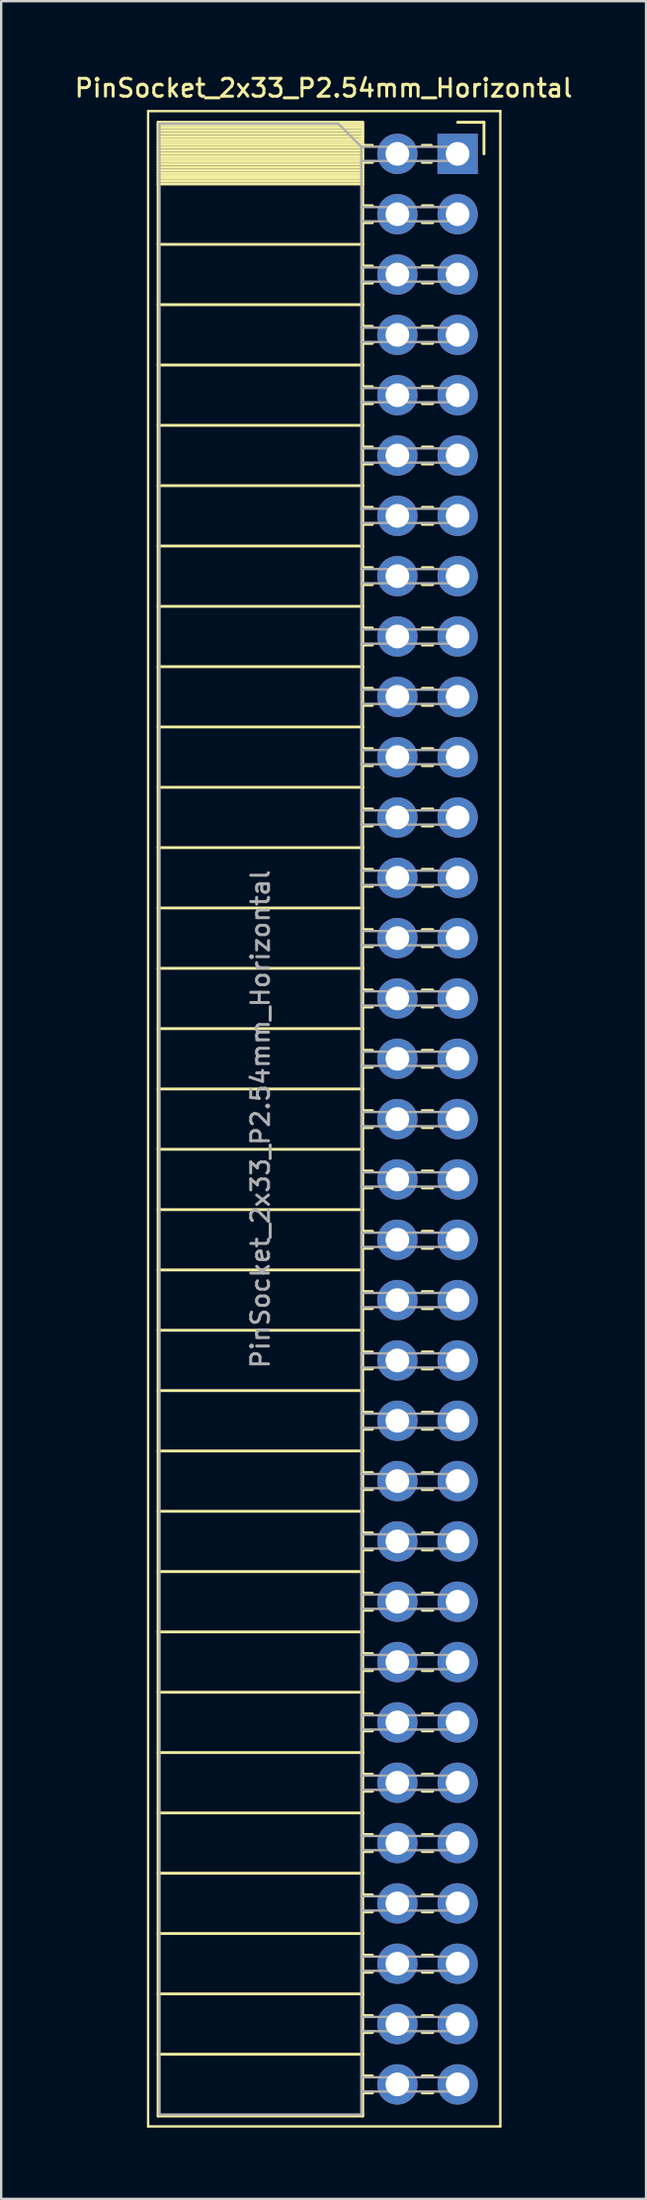
<source format=kicad_pcb>
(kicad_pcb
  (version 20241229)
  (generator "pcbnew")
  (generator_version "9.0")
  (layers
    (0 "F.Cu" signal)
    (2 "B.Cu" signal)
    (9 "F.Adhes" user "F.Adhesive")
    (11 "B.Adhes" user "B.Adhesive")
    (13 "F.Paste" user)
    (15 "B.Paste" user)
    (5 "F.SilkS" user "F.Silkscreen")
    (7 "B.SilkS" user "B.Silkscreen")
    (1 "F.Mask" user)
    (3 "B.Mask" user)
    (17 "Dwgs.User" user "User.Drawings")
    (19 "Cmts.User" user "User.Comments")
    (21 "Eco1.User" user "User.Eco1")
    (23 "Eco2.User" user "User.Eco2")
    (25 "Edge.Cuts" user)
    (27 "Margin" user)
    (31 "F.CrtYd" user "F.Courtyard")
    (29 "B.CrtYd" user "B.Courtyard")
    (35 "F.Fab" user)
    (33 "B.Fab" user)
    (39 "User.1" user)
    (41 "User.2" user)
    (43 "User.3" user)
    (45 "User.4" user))
  (footprint "PinSocket_2x33_P2.54mm_Horizontal"
    (layer "F.Cu")
    (at 16.245 3.428)
    (property "Reference" "PinSocket_2x33_P2.54mm_Horizontal" (at -5.65 -2.77 0) (layer "F.SilkS") (effects (font (size 0.75 0.75) (thickness 0.125))))
    (attr through_hole)
    (fp_line (start -13.05 -1.8) (end -13.05 83.05) (stroke (width 0.1) (type solid)) (layer "F.SilkS"))
    (fp_line (start -13.05 83.05) (end 1.8 83.05) (stroke (width 0.1) (type solid)) (layer "F.SilkS"))
    (fp_line (start -12.63 -1.33) (end -12.63 82.61) (stroke (width 0.12) (type solid)) (layer "F.SilkS"))
    (fp_line (start -12.63 -1.33) (end -4 -1.33) (stroke (width 0.12) (type solid)) (layer "F.SilkS"))
    (fp_line (start -12.63 -1.21) (end -4 -1.21) (stroke (width 0.12) (type solid)) (layer "F.SilkS"))
    (fp_line (start -12.63 -1.092) (end -4 -1.092) (stroke (width 0.12) (type solid)) (layer "F.SilkS"))
    (fp_line (start -12.63 -0.974) (end -4 -0.974) (stroke (width 0.12) (type solid)) (layer "F.SilkS"))
    (fp_line (start -12.63 -0.856) (end -4 -0.856) (stroke (width 0.12) (type solid)) (layer "F.SilkS"))
    (fp_line (start -12.63 -0.738) (end -4 -0.738) (stroke (width 0.12) (type solid)) (layer "F.SilkS"))
    (fp_line (start -12.63 -0.62) (end -4 -0.62) (stroke (width 0.12) (type solid)) (layer "F.SilkS"))
    (fp_line (start -12.63 -0.501) (end -4 -0.501) (stroke (width 0.12) (type solid)) (layer "F.SilkS"))
    (fp_line (start -12.63 -0.383) (end -4 -0.383) (stroke (width 0.12) (type solid)) (layer "F.SilkS"))
    (fp_line (start -12.63 -0.265) (end -4 -0.265) (stroke (width 0.12) (type solid)) (layer "F.SilkS"))
    (fp_line (start -12.63 -0.147) (end -4 -0.147) (stroke (width 0.12) (type solid)) (layer "F.SilkS"))
    (fp_line (start -12.63 -0.029) (end -4 -0.029) (stroke (width 0.12) (type solid)) (layer "F.SilkS"))
    (fp_line (start -12.63 0.089) (end -4 0.089) (stroke (width 0.12) (type solid)) (layer "F.SilkS"))
    (fp_line (start -12.63 0.207) (end -4 0.207) (stroke (width 0.12) (type solid)) (layer "F.SilkS"))
    (fp_line (start -12.63 0.325) (end -4 0.325) (stroke (width 0.12) (type solid)) (layer "F.SilkS"))
    (fp_line (start -12.63 0.443) (end -4 0.443) (stroke (width 0.12) (type solid)) (layer "F.SilkS"))
    (fp_line (start -12.63 0.561) (end -4 0.561) (stroke (width 0.12) (type solid)) (layer "F.SilkS"))
    (fp_line (start -12.63 0.68) (end -4 0.68) (stroke (width 0.12) (type solid)) (layer "F.SilkS"))
    (fp_line (start -12.63 0.798) (end -4 0.798) (stroke (width 0.12) (type solid)) (layer "F.SilkS"))
    (fp_line (start -12.63 0.916) (end -4 0.916) (stroke (width 0.12) (type solid)) (layer "F.SilkS"))
    (fp_line (start -12.63 1.034) (end -4 1.034) (stroke (width 0.12) (type solid)) (layer "F.SilkS"))
    (fp_line (start -12.63 1.152) (end -4 1.152) (stroke (width 0.12) (type solid)) (layer "F.SilkS"))
    (fp_line (start -12.63 1.27) (end -4 1.27) (stroke (width 0.12) (type solid)) (layer "F.SilkS"))
    (fp_line (start -12.63 3.81) (end -4 3.81) (stroke (width 0.12) (type solid)) (layer "F.SilkS"))
    (fp_line (start -12.63 6.35) (end -4 6.35) (stroke (width 0.12) (type solid)) (layer "F.SilkS"))
    (fp_line (start -12.63 8.89) (end -4 8.89) (stroke (width 0.12) (type solid)) (layer "F.SilkS"))
    (fp_line (start -12.63 11.43) (end -4 11.43) (stroke (width 0.12) (type solid)) (layer "F.SilkS"))
    (fp_line (start -12.63 13.97) (end -4 13.97) (stroke (width 0.12) (type solid)) (layer "F.SilkS"))
    (fp_line (start -12.63 16.51) (end -4 16.51) (stroke (width 0.12) (type solid)) (layer "F.SilkS"))
    (fp_line (start -12.63 19.05) (end -4 19.05) (stroke (width 0.12) (type solid)) (layer "F.SilkS"))
    (fp_line (start -12.63 21.59) (end -4 21.59) (stroke (width 0.12) (type solid)) (layer "F.SilkS"))
    (fp_line (start -12.63 24.13) (end -4 24.13) (stroke (width 0.12) (type solid)) (layer "F.SilkS"))
    (fp_line (start -12.63 26.67) (end -4 26.67) (stroke (width 0.12) (type solid)) (layer "F.SilkS"))
    (fp_line (start -12.63 29.21) (end -4 29.21) (stroke (width 0.12) (type solid)) (layer "F.SilkS"))
    (fp_line (start -12.63 31.75) (end -4 31.75) (stroke (width 0.12) (type solid)) (layer "F.SilkS"))
    (fp_line (start -12.63 34.29) (end -4 34.29) (stroke (width 0.12) (type solid)) (layer "F.SilkS"))
    (fp_line (start -12.63 36.83) (end -4 36.83) (stroke (width 0.12) (type solid)) (layer "F.SilkS"))
    (fp_line (start -12.63 39.37) (end -4 39.37) (stroke (width 0.12) (type solid)) (layer "F.SilkS"))
    (fp_line (start -12.63 41.91) (end -4 41.91) (stroke (width 0.12) (type solid)) (layer "F.SilkS"))
    (fp_line (start -12.63 44.45) (end -4 44.45) (stroke (width 0.12) (type solid)) (layer "F.SilkS"))
    (fp_line (start -12.63 46.99) (end -4 46.99) (stroke (width 0.12) (type solid)) (layer "F.SilkS"))
    (fp_line (start -12.63 49.53) (end -4 49.53) (stroke (width 0.12) (type solid)) (layer "F.SilkS"))
    (fp_line (start -12.63 52.07) (end -4 52.07) (stroke (width 0.12) (type solid)) (layer "F.SilkS"))
    (fp_line (start -12.63 54.61) (end -4 54.61) (stroke (width 0.12) (type solid)) (layer "F.SilkS"))
    (fp_line (start -12.63 57.15) (end -4 57.15) (stroke (width 0.12) (type solid)) (layer "F.SilkS"))
    (fp_line (start -12.63 59.69) (end -4 59.69) (stroke (width 0.12) (type solid)) (layer "F.SilkS"))
    (fp_line (start -12.63 62.23) (end -4 62.23) (stroke (width 0.12) (type solid)) (layer "F.SilkS"))
    (fp_line (start -12.63 64.77) (end -4 64.77) (stroke (width 0.12) (type solid)) (layer "F.SilkS"))
    (fp_line (start -12.63 67.31) (end -4 67.31) (stroke (width 0.12) (type solid)) (layer "F.SilkS"))
    (fp_line (start -12.63 69.85) (end -4 69.85) (stroke (width 0.12) (type solid)) (layer "F.SilkS"))
    (fp_line (start -12.63 72.39) (end -4 72.39) (stroke (width 0.12) (type solid)) (layer "F.SilkS"))
    (fp_line (start -12.63 74.93) (end -4 74.93) (stroke (width 0.12) (type solid)) (layer "F.SilkS"))
    (fp_line (start -12.63 77.47) (end -4 77.47) (stroke (width 0.12) (type solid)) (layer "F.SilkS"))
    (fp_line (start -12.63 80.01) (end -4 80.01) (stroke (width 0.12) (type solid)) (layer "F.SilkS"))
    (fp_line (start -12.63 82.61) (end -4 82.61) (stroke (width 0.12) (type solid)) (layer "F.SilkS"))
    (fp_line (start -4 -1.33) (end -4 82.61) (stroke (width 0.12) (type solid)) (layer "F.SilkS"))
    (fp_line (start -4 -0.36) (end -3.59 -0.36) (stroke (width 0.12) (type solid)) (layer "F.SilkS"))
    (fp_line (start -4 0.36) (end -3.59 0.36) (stroke (width 0.12) (type solid)) (layer "F.SilkS"))
    (fp_line (start -4 2.18) (end -3.59 2.18) (stroke (width 0.12) (type solid)) (layer "F.SilkS"))
    (fp_line (start -4 2.9) (end -3.59 2.9) (stroke (width 0.12) (type solid)) (layer "F.SilkS"))
    (fp_line (start -4 4.72) (end -3.59 4.72) (stroke (width 0.12) (type solid)) (layer "F.SilkS"))
    (fp_line (start -4 5.44) (end -3.59 5.44) (stroke (width 0.12) (type solid)) (layer "F.SilkS"))
    (fp_line (start -4 7.26) (end -3.59 7.26) (stroke (width 0.12) (type solid)) (layer "F.SilkS"))
    (fp_line (start -4 7.98) (end -3.59 7.98) (stroke (width 0.12) (type solid)) (layer "F.SilkS"))
    (fp_line (start -4 9.8) (end -3.59 9.8) (stroke (width 0.12) (type solid)) (layer "F.SilkS"))
    (fp_line (start -4 10.52) (end -3.59 10.52) (stroke (width 0.12) (type solid)) (layer "F.SilkS"))
    (fp_line (start -4 12.34) (end -3.59 12.34) (stroke (width 0.12) (type solid)) (layer "F.SilkS"))
    (fp_line (start -4 13.06) (end -3.59 13.06) (stroke (width 0.12) (type solid)) (layer "F.SilkS"))
    (fp_line (start -4 14.88) (end -3.59 14.88) (stroke (width 0.12) (type solid)) (layer "F.SilkS"))
    (fp_line (start -4 15.6) (end -3.59 15.6) (stroke (width 0.12) (type solid)) (layer "F.SilkS"))
    (fp_line (start -4 17.42) (end -3.59 17.42) (stroke (width 0.12) (type solid)) (layer "F.SilkS"))
    (fp_line (start -4 18.14) (end -3.59 18.14) (stroke (width 0.12) (type solid)) (layer "F.SilkS"))
    (fp_line (start -4 19.96) (end -3.59 19.96) (stroke (width 0.12) (type solid)) (layer "F.SilkS"))
    (fp_line (start -4 20.68) (end -3.59 20.68) (stroke (width 0.12) (type solid)) (layer "F.SilkS"))
    (fp_line (start -4 22.5) (end -3.59 22.5) (stroke (width 0.12) (type solid)) (layer "F.SilkS"))
    (fp_line (start -4 23.22) (end -3.59 23.22) (stroke (width 0.12) (type solid)) (layer "F.SilkS"))
    (fp_line (start -4 25.04) (end -3.59 25.04) (stroke (width 0.12) (type solid)) (layer "F.SilkS"))
    (fp_line (start -4 25.76) (end -3.59 25.76) (stroke (width 0.12) (type solid)) (layer "F.SilkS"))
    (fp_line (start -4 27.58) (end -3.59 27.58) (stroke (width 0.12) (type solid)) (layer "F.SilkS"))
    (fp_line (start -4 28.3) (end -3.59 28.3) (stroke (width 0.12) (type solid)) (layer "F.SilkS"))
    (fp_line (start -4 30.12) (end -3.59 30.12) (stroke (width 0.12) (type solid)) (layer "F.SilkS"))
    (fp_line (start -4 30.84) (end -3.59 30.84) (stroke (width 0.12) (type solid)) (layer "F.SilkS"))
    (fp_line (start -4 32.66) (end -3.59 32.66) (stroke (width 0.12) (type solid)) (layer "F.SilkS"))
    (fp_line (start -4 33.38) (end -3.59 33.38) (stroke (width 0.12) (type solid)) (layer "F.SilkS"))
    (fp_line (start -4 35.2) (end -3.59 35.2) (stroke (width 0.12) (type solid)) (layer "F.SilkS"))
    (fp_line (start -4 35.92) (end -3.59 35.92) (stroke (width 0.12) (type solid)) (layer "F.SilkS"))
    (fp_line (start -4 37.74) (end -3.59 37.74) (stroke (width 0.12) (type solid)) (layer "F.SilkS"))
    (fp_line (start -4 38.46) (end -3.59 38.46) (stroke (width 0.12) (type solid)) (layer "F.SilkS"))
    (fp_line (start -4 40.28) (end -3.59 40.28) (stroke (width 0.12) (type solid)) (layer "F.SilkS"))
    (fp_line (start -4 41) (end -3.59 41) (stroke (width 0.12) (type solid)) (layer "F.SilkS"))
    (fp_line (start -4 42.82) (end -3.59 42.82) (stroke (width 0.12) (type solid)) (layer "F.SilkS"))
    (fp_line (start -4 43.54) (end -3.59 43.54) (stroke (width 0.12) (type solid)) (layer "F.SilkS"))
    (fp_line (start -4 45.36) (end -3.59 45.36) (stroke (width 0.12) (type solid)) (layer "F.SilkS"))
    (fp_line (start -4 46.08) (end -3.59 46.08) (stroke (width 0.12) (type solid)) (layer "F.SilkS"))
    (fp_line (start -4 47.9) (end -3.59 47.9) (stroke (width 0.12) (type solid)) (layer "F.SilkS"))
    (fp_line (start -4 48.62) (end -3.59 48.62) (stroke (width 0.12) (type solid)) (layer "F.SilkS"))
    (fp_line (start -4 50.44) (end -3.59 50.44) (stroke (width 0.12) (type solid)) (layer "F.SilkS"))
    (fp_line (start -4 51.16) (end -3.59 51.16) (stroke (width 0.12) (type solid)) (layer "F.SilkS"))
    (fp_line (start -4 52.98) (end -3.59 52.98) (stroke (width 0.12) (type solid)) (layer "F.SilkS"))
    (fp_line (start -4 53.7) (end -3.59 53.7) (stroke (width 0.12) (type solid)) (layer "F.SilkS"))
    (fp_line (start -4 55.52) (end -3.59 55.52) (stroke (width 0.12) (type solid)) (layer "F.SilkS"))
    (fp_line (start -4 56.24) (end -3.59 56.24) (stroke (width 0.12) (type solid)) (layer "F.SilkS"))
    (fp_line (start -4 58.06) (end -3.59 58.06) (stroke (width 0.12) (type solid)) (layer "F.SilkS"))
    (fp_line (start -4 58.78) (end -3.59 58.78) (stroke (width 0.12) (type solid)) (layer "F.SilkS"))
    (fp_line (start -4 60.6) (end -3.59 60.6) (stroke (width 0.12) (type solid)) (layer "F.SilkS"))
    (fp_line (start -4 61.32) (end -3.59 61.32) (stroke (width 0.12) (type solid)) (layer "F.SilkS"))
    (fp_line (start -4 63.14) (end -3.59 63.14) (stroke (width 0.12) (type solid)) (layer "F.SilkS"))
    (fp_line (start -4 63.86) (end -3.59 63.86) (stroke (width 0.12) (type solid)) (layer "F.SilkS"))
    (fp_line (start -4 65.68) (end -3.59 65.68) (stroke (width 0.12) (type solid)) (layer "F.SilkS"))
    (fp_line (start -4 66.4) (end -3.59 66.4) (stroke (width 0.12) (type solid)) (layer "F.SilkS"))
    (fp_line (start -4 68.22) (end -3.59 68.22) (stroke (width 0.12) (type solid)) (layer "F.SilkS"))
    (fp_line (start -4 68.94) (end -3.59 68.94) (stroke (width 0.12) (type solid)) (layer "F.SilkS"))
    (fp_line (start -4 70.76) (end -3.59 70.76) (stroke (width 0.12) (type solid)) (layer "F.SilkS"))
    (fp_line (start -4 71.48) (end -3.59 71.48) (stroke (width 0.12) (type solid)) (layer "F.SilkS"))
    (fp_line (start -4 73.3) (end -3.59 73.3) (stroke (width 0.12) (type solid)) (layer "F.SilkS"))
    (fp_line (start -4 74.02) (end -3.59 74.02) (stroke (width 0.12) (type solid)) (layer "F.SilkS"))
    (fp_line (start -4 75.84) (end -3.59 75.84) (stroke (width 0.12) (type solid)) (layer "F.SilkS"))
    (fp_line (start -4 76.56) (end -3.59 76.56) (stroke (width 0.12) (type solid)) (layer "F.SilkS"))
    (fp_line (start -4 78.38) (end -3.59 78.38) (stroke (width 0.12) (type solid)) (layer "F.SilkS"))
    (fp_line (start -4 79.1) (end -3.59 79.1) (stroke (width 0.12) (type solid)) (layer "F.SilkS"))
    (fp_line (start -4 80.92) (end -3.59 80.92) (stroke (width 0.12) (type solid)) (layer "F.SilkS"))
    (fp_line (start -4 81.64) (end -3.59 81.64) (stroke (width 0.12) (type solid)) (layer "F.SilkS"))
    (fp_line (start -1.49 -0.36) (end -1.11 -0.36) (stroke (width 0.12) (type solid)) (layer "F.SilkS"))
    (fp_line (start -1.49 0.36) (end -1.11 0.36) (stroke (width 0.12) (type solid)) (layer "F.SilkS"))
    (fp_line (start -1.49 2.18) (end -1.05 2.18) (stroke (width 0.12) (type solid)) (layer "F.SilkS"))
    (fp_line (start -1.49 2.9) (end -1.05 2.9) (stroke (width 0.12) (type solid)) (layer "F.SilkS"))
    (fp_line (start -1.49 4.72) (end -1.05 4.72) (stroke (width 0.12) (type solid)) (layer "F.SilkS"))
    (fp_line (start -1.49 5.44) (end -1.05 5.44) (stroke (width 0.12) (type solid)) (layer "F.SilkS"))
    (fp_line (start -1.49 7.26) (end -1.05 7.26) (stroke (width 0.12) (type solid)) (layer "F.SilkS"))
    (fp_line (start -1.49 7.98) (end -1.05 7.98) (stroke (width 0.12) (type solid)) (layer "F.SilkS"))
    (fp_line (start -1.49 9.8) (end -1.05 9.8) (stroke (width 0.12) (type solid)) (layer "F.SilkS"))
    (fp_line (start -1.49 10.52) (end -1.05 10.52) (stroke (width 0.12) (type solid)) (layer "F.SilkS"))
    (fp_line (start -1.49 12.34) (end -1.05 12.34) (stroke (width 0.12) (type solid)) (layer "F.SilkS"))
    (fp_line (start -1.49 13.06) (end -1.05 13.06) (stroke (width 0.12) (type solid)) (layer "F.SilkS"))
    (fp_line (start -1.49 14.88) (end -1.05 14.88) (stroke (width 0.12) (type solid)) (layer "F.SilkS"))
    (fp_line (start -1.49 15.6) (end -1.05 15.6) (stroke (width 0.12) (type solid)) (layer "F.SilkS"))
    (fp_line (start -1.49 17.42) (end -1.05 17.42) (stroke (width 0.12) (type solid)) (layer "F.SilkS"))
    (fp_line (start -1.49 18.14) (end -1.05 18.14) (stroke (width 0.12) (type solid)) (layer "F.SilkS"))
    (fp_line (start -1.49 19.96) (end -1.05 19.96) (stroke (width 0.12) (type solid)) (layer "F.SilkS"))
    (fp_line (start -1.49 20.68) (end -1.05 20.68) (stroke (width 0.12) (type solid)) (layer "F.SilkS"))
    (fp_line (start -1.49 22.5) (end -1.05 22.5) (stroke (width 0.12) (type solid)) (layer "F.SilkS"))
    (fp_line (start -1.49 23.22) (end -1.05 23.22) (stroke (width 0.12) (type solid)) (layer "F.SilkS"))
    (fp_line (start -1.49 25.04) (end -1.05 25.04) (stroke (width 0.12) (type solid)) (layer "F.SilkS"))
    (fp_line (start -1.49 25.76) (end -1.05 25.76) (stroke (width 0.12) (type solid)) (layer "F.SilkS"))
    (fp_line (start -1.49 27.58) (end -1.05 27.58) (stroke (width 0.12) (type solid)) (layer "F.SilkS"))
    (fp_line (start -1.49 28.3) (end -1.05 28.3) (stroke (width 0.12) (type solid)) (layer "F.SilkS"))
    (fp_line (start -1.49 30.12) (end -1.05 30.12) (stroke (width 0.12) (type solid)) (layer "F.SilkS"))
    (fp_line (start -1.49 30.84) (end -1.05 30.84) (stroke (width 0.12) (type solid)) (layer "F.SilkS"))
    (fp_line (start -1.49 32.66) (end -1.05 32.66) (stroke (width 0.12) (type solid)) (layer "F.SilkS"))
    (fp_line (start -1.49 33.38) (end -1.05 33.38) (stroke (width 0.12) (type solid)) (layer "F.SilkS"))
    (fp_line (start -1.49 35.2) (end -1.05 35.2) (stroke (width 0.12) (type solid)) (layer "F.SilkS"))
    (fp_line (start -1.49 35.92) (end -1.05 35.92) (stroke (width 0.12) (type solid)) (layer "F.SilkS"))
    (fp_line (start -1.49 37.74) (end -1.05 37.74) (stroke (width 0.12) (type solid)) (layer "F.SilkS"))
    (fp_line (start -1.49 38.46) (end -1.05 38.46) (stroke (width 0.12) (type solid)) (layer "F.SilkS"))
    (fp_line (start -1.49 40.28) (end -1.05 40.28) (stroke (width 0.12) (type solid)) (layer "F.SilkS"))
    (fp_line (start -1.49 41) (end -1.05 41) (stroke (width 0.12) (type solid)) (layer "F.SilkS"))
    (fp_line (start -1.49 42.82) (end -1.05 42.82) (stroke (width 0.12) (type solid)) (layer "F.SilkS"))
    (fp_line (start -1.49 43.54) (end -1.05 43.54) (stroke (width 0.12) (type solid)) (layer "F.SilkS"))
    (fp_line (start -1.49 45.36) (end -1.05 45.36) (stroke (width 0.12) (type solid)) (layer "F.SilkS"))
    (fp_line (start -1.49 46.08) (end -1.05 46.08) (stroke (width 0.12) (type solid)) (layer "F.SilkS"))
    (fp_line (start -1.49 47.9) (end -1.05 47.9) (stroke (width 0.12) (type solid)) (layer "F.SilkS"))
    (fp_line (start -1.49 48.62) (end -1.05 48.62) (stroke (width 0.12) (type solid)) (layer "F.SilkS"))
    (fp_line (start -1.49 50.44) (end -1.05 50.44) (stroke (width 0.12) (type solid)) (layer "F.SilkS"))
    (fp_line (start -1.49 51.16) (end -1.05 51.16) (stroke (width 0.12) (type solid)) (layer "F.SilkS"))
    (fp_line (start -1.49 52.98) (end -1.05 52.98) (stroke (width 0.12) (type solid)) (layer "F.SilkS"))
    (fp_line (start -1.49 53.7) (end -1.05 53.7) (stroke (width 0.12) (type solid)) (layer "F.SilkS"))
    (fp_line (start -1.49 55.52) (end -1.05 55.52) (stroke (width 0.12) (type solid)) (layer "F.SilkS"))
    (fp_line (start -1.49 56.24) (end -1.05 56.24) (stroke (width 0.12) (type solid)) (layer "F.SilkS"))
    (fp_line (start -1.49 58.06) (end -1.05 58.06) (stroke (width 0.12) (type solid)) (layer "F.SilkS"))
    (fp_line (start -1.49 58.78) (end -1.05 58.78) (stroke (width 0.12) (type solid)) (layer "F.SilkS"))
    (fp_line (start -1.49 60.6) (end -1.05 60.6) (stroke (width 0.12) (type solid)) (layer "F.SilkS"))
    (fp_line (start -1.49 61.32) (end -1.05 61.32) (stroke (width 0.12) (type solid)) (layer "F.SilkS"))
    (fp_line (start -1.49 63.14) (end -1.05 63.14) (stroke (width 0.12) (type solid)) (layer "F.SilkS"))
    (fp_line (start -1.49 63.86) (end -1.05 63.86) (stroke (width 0.12) (type solid)) (layer "F.SilkS"))
    (fp_line (start -1.49 65.68) (end -1.05 65.68) (stroke (width 0.12) (type solid)) (layer "F.SilkS"))
    (fp_line (start -1.49 66.4) (end -1.05 66.4) (stroke (width 0.12) (type solid)) (layer "F.SilkS"))
    (fp_line (start -1.49 68.22) (end -1.05 68.22) (stroke (width 0.12) (type solid)) (layer "F.SilkS"))
    (fp_line (start -1.49 68.94) (end -1.05 68.94) (stroke (width 0.12) (type solid)) (layer "F.SilkS"))
    (fp_line (start -1.49 70.76) (end -1.05 70.76) (stroke (width 0.12) (type solid)) (layer "F.SilkS"))
    (fp_line (start -1.49 71.48) (end -1.05 71.48) (stroke (width 0.12) (type solid)) (layer "F.SilkS"))
    (fp_line (start -1.49 73.3) (end -1.05 73.3) (stroke (width 0.12) (type solid)) (layer "F.SilkS"))
    (fp_line (start -1.49 74.02) (end -1.05 74.02) (stroke (width 0.12) (type solid)) (layer "F.SilkS"))
    (fp_line (start -1.49 75.84) (end -1.05 75.84) (stroke (width 0.12) (type solid)) (layer "F.SilkS"))
    (fp_line (start -1.49 76.56) (end -1.05 76.56) (stroke (width 0.12) (type solid)) (layer "F.SilkS"))
    (fp_line (start -1.49 78.38) (end -1.05 78.38) (stroke (width 0.12) (type solid)) (layer "F.SilkS"))
    (fp_line (start -1.49 79.1) (end -1.05 79.1) (stroke (width 0.12) (type solid)) (layer "F.SilkS"))
    (fp_line (start -1.49 80.92) (end -1.05 80.92) (stroke (width 0.12) (type solid)) (layer "F.SilkS"))
    (fp_line (start -1.49 81.64) (end -1.05 81.64) (stroke (width 0.12) (type solid)) (layer "F.SilkS"))
    (fp_line (start 0 -1.33) (end 1.11 -1.33) (stroke (width 0.12) (type solid)) (layer "F.SilkS"))
    (fp_line (start 1.11 -1.33) (end 1.11 0) (stroke (width 0.12) (type solid)) (layer "F.SilkS"))
    (fp_line (start 1.8 -1.8) (end -13.05 -1.8) (stroke (width 0.1) (type solid)) (layer "F.SilkS"))
    (fp_line (start 1.8 83.05) (end 1.8 -1.8) (stroke (width 0.1) (type solid)) (layer "F.SilkS"))
    (fp_line (start -12.57 -1.27) (end -5.03 -1.27) (stroke (width 0.1) (type solid)) (layer "F.Fab"))
    (fp_line (start -12.57 82.55) (end -12.57 -1.27) (stroke (width 0.1) (type solid)) (layer "F.Fab"))
    (fp_line (start -5.03 -1.27) (end -4.06 -0.3) (stroke (width 0.1) (type solid)) (layer "F.Fab"))
    (fp_line (start -4.06 -0.3) (end -4.06 82.55) (stroke (width 0.1) (type solid)) (layer "F.Fab"))
    (fp_line (start -4.06 0.3) (end 0 0.3) (stroke (width 0.1) (type solid)) (layer "F.Fab"))
    (fp_line (start -4.06 2.84) (end 0 2.84) (stroke (width 0.1) (type solid)) (layer "F.Fab"))
    (fp_line (start -4.06 5.38) (end 0 5.38) (stroke (width 0.1) (type solid)) (layer "F.Fab"))
    (fp_line (start -4.06 7.92) (end 0 7.92) (stroke (width 0.1) (type solid)) (layer "F.Fab"))
    (fp_line (start -4.06 10.46) (end 0 10.46) (stroke (width 0.1) (type solid)) (layer "F.Fab"))
    (fp_line (start -4.06 13) (end 0 13) (stroke (width 0.1) (type solid)) (layer "F.Fab"))
    (fp_line (start -4.06 15.54) (end 0 15.54) (stroke (width 0.1) (type solid)) (layer "F.Fab"))
    (fp_line (start -4.06 18.08) (end 0 18.08) (stroke (width 0.1) (type solid)) (layer "F.Fab"))
    (fp_line (start -4.06 20.62) (end 0 20.62) (stroke (width 0.1) (type solid)) (layer "F.Fab"))
    (fp_line (start -4.06 23.16) (end 0 23.16) (stroke (width 0.1) (type solid)) (layer "F.Fab"))
    (fp_line (start -4.06 25.7) (end 0 25.7) (stroke (width 0.1) (type solid)) (layer "F.Fab"))
    (fp_line (start -4.06 28.24) (end 0 28.24) (stroke (width 0.1) (type solid)) (layer "F.Fab"))
    (fp_line (start -4.06 30.78) (end 0 30.78) (stroke (width 0.1) (type solid)) (layer "F.Fab"))
    (fp_line (start -4.06 33.32) (end 0 33.32) (stroke (width 0.1) (type solid)) (layer "F.Fab"))
    (fp_line (start -4.06 35.86) (end 0 35.86) (stroke (width 0.1) (type solid)) (layer "F.Fab"))
    (fp_line (start -4.06 38.4) (end 0 38.4) (stroke (width 0.1) (type solid)) (layer "F.Fab"))
    (fp_line (start -4.06 40.94) (end 0 40.94) (stroke (width 0.1) (type solid)) (layer "F.Fab"))
    (fp_line (start -4.06 43.48) (end 0 43.48) (stroke (width 0.1) (type solid)) (layer "F.Fab"))
    (fp_line (start -4.06 46.02) (end 0 46.02) (stroke (width 0.1) (type solid)) (layer "F.Fab"))
    (fp_line (start -4.06 48.56) (end 0 48.56) (stroke (width 0.1) (type solid)) (layer "F.Fab"))
    (fp_line (start -4.06 51.1) (end 0 51.1) (stroke (width 0.1) (type solid)) (layer "F.Fab"))
    (fp_line (start -4.06 53.64) (end 0 53.64) (stroke (width 0.1) (type solid)) (layer "F.Fab"))
    (fp_line (start -4.06 56.18) (end 0 56.18) (stroke (width 0.1) (type solid)) (layer "F.Fab"))
    (fp_line (start -4.06 58.72) (end 0 58.72) (stroke (width 0.1) (type solid)) (layer "F.Fab"))
    (fp_line (start -4.06 61.26) (end 0 61.26) (stroke (width 0.1) (type solid)) (layer "F.Fab"))
    (fp_line (start -4.06 63.8) (end 0 63.8) (stroke (width 0.1) (type solid)) (layer "F.Fab"))
    (fp_line (start -4.06 66.34) (end 0 66.34) (stroke (width 0.1) (type solid)) (layer "F.Fab"))
    (fp_line (start -4.06 68.88) (end 0 68.88) (stroke (width 0.1) (type solid)) (layer "F.Fab"))
    (fp_line (start -4.06 71.42) (end 0 71.42) (stroke (width 0.1) (type solid)) (layer "F.Fab"))
    (fp_line (start -4.06 73.96) (end 0 73.96) (stroke (width 0.1) (type solid)) (layer "F.Fab"))
    (fp_line (start -4.06 76.5) (end 0 76.5) (stroke (width 0.1) (type solid)) (layer "F.Fab"))
    (fp_line (start -4.06 79.04) (end 0 79.04) (stroke (width 0.1) (type solid)) (layer "F.Fab"))
    (fp_line (start -4.06 81.58) (end 0 81.58) (stroke (width 0.1) (type solid)) (layer "F.Fab"))
    (fp_line (start -4.06 82.55) (end -12.57 82.55) (stroke (width 0.1) (type solid)) (layer "F.Fab"))
    (fp_line (start 0 -0.3) (end -4.06 -0.3) (stroke (width 0.1) (type solid)) (layer "F.Fab"))
    (fp_line (start 0 0.3) (end 0 -0.3) (stroke (width 0.1) (type solid)) (layer "F.Fab"))
    (fp_line (start 0 2.24) (end -4.06 2.24) (stroke (width 0.1) (type solid)) (layer "F.Fab"))
    (fp_line (start 0 2.84) (end 0 2.24) (stroke (width 0.1) (type solid)) (layer "F.Fab"))
    (fp_line (start 0 4.78) (end -4.06 4.78) (stroke (width 0.1) (type solid)) (layer "F.Fab"))
    (fp_line (start 0 5.38) (end 0 4.78) (stroke (width 0.1) (type solid)) (layer "F.Fab"))
    (fp_line (start 0 7.32) (end -4.06 7.32) (stroke (width 0.1) (type solid)) (layer "F.Fab"))
    (fp_line (start 0 7.92) (end 0 7.32) (stroke (width 0.1) (type solid)) (layer "F.Fab"))
    (fp_line (start 0 9.86) (end -4.06 9.86) (stroke (width 0.1) (type solid)) (layer "F.Fab"))
    (fp_line (start 0 10.46) (end 0 9.86) (stroke (width 0.1) (type solid)) (layer "F.Fab"))
    (fp_line (start 0 12.4) (end -4.06 12.4) (stroke (width 0.1) (type solid)) (layer "F.Fab"))
    (fp_line (start 0 13) (end 0 12.4) (stroke (width 0.1) (type solid)) (layer "F.Fab"))
    (fp_line (start 0 14.94) (end -4.06 14.94) (stroke (width 0.1) (type solid)) (layer "F.Fab"))
    (fp_line (start 0 15.54) (end 0 14.94) (stroke (width 0.1) (type solid)) (layer "F.Fab"))
    (fp_line (start 0 17.48) (end -4.06 17.48) (stroke (width 0.1) (type solid)) (layer "F.Fab"))
    (fp_line (start 0 18.08) (end 0 17.48) (stroke (width 0.1) (type solid)) (layer "F.Fab"))
    (fp_line (start 0 20.02) (end -4.06 20.02) (stroke (width 0.1) (type solid)) (layer "F.Fab"))
    (fp_line (start 0 20.62) (end 0 20.02) (stroke (width 0.1) (type solid)) (layer "F.Fab"))
    (fp_line (start 0 22.56) (end -4.06 22.56) (stroke (width 0.1) (type solid)) (layer "F.Fab"))
    (fp_line (start 0 23.16) (end 0 22.56) (stroke (width 0.1) (type solid)) (layer "F.Fab"))
    (fp_line (start 0 25.1) (end -4.06 25.1) (stroke (width 0.1) (type solid)) (layer "F.Fab"))
    (fp_line (start 0 25.7) (end 0 25.1) (stroke (width 0.1) (type solid)) (layer "F.Fab"))
    (fp_line (start 0 27.64) (end -4.06 27.64) (stroke (width 0.1) (type solid)) (layer "F.Fab"))
    (fp_line (start 0 28.24) (end 0 27.64) (stroke (width 0.1) (type solid)) (layer "F.Fab"))
    (fp_line (start 0 30.18) (end -4.06 30.18) (stroke (width 0.1) (type solid)) (layer "F.Fab"))
    (fp_line (start 0 30.78) (end 0 30.18) (stroke (width 0.1) (type solid)) (layer "F.Fab"))
    (fp_line (start 0 32.72) (end -4.06 32.72) (stroke (width 0.1) (type solid)) (layer "F.Fab"))
    (fp_line (start 0 33.32) (end 0 32.72) (stroke (width 0.1) (type solid)) (layer "F.Fab"))
    (fp_line (start 0 35.26) (end -4.06 35.26) (stroke (width 0.1) (type solid)) (layer "F.Fab"))
    (fp_line (start 0 35.86) (end 0 35.26) (stroke (width 0.1) (type solid)) (layer "F.Fab"))
    (fp_line (start 0 37.8) (end -4.06 37.8) (stroke (width 0.1) (type solid)) (layer "F.Fab"))
    (fp_line (start 0 38.4) (end 0 37.8) (stroke (width 0.1) (type solid)) (layer "F.Fab"))
    (fp_line (start 0 40.34) (end -4.06 40.34) (stroke (width 0.1) (type solid)) (layer "F.Fab"))
    (fp_line (start 0 40.94) (end 0 40.34) (stroke (width 0.1) (type solid)) (layer "F.Fab"))
    (fp_line (start 0 42.88) (end -4.06 42.88) (stroke (width 0.1) (type solid)) (layer "F.Fab"))
    (fp_line (start 0 43.48) (end 0 42.88) (stroke (width 0.1) (type solid)) (layer "F.Fab"))
    (fp_line (start 0 45.42) (end -4.06 45.42) (stroke (width 0.1) (type solid)) (layer "F.Fab"))
    (fp_line (start 0 46.02) (end 0 45.42) (stroke (width 0.1) (type solid)) (layer "F.Fab"))
    (fp_line (start 0 47.96) (end -4.06 47.96) (stroke (width 0.1) (type solid)) (layer "F.Fab"))
    (fp_line (start 0 48.56) (end 0 47.96) (stroke (width 0.1) (type solid)) (layer "F.Fab"))
    (fp_line (start 0 50.5) (end -4.06 50.5) (stroke (width 0.1) (type solid)) (layer "F.Fab"))
    (fp_line (start 0 51.1) (end 0 50.5) (stroke (width 0.1) (type solid)) (layer "F.Fab"))
    (fp_line (start 0 53.04) (end -4.06 53.04) (stroke (width 0.1) (type solid)) (layer "F.Fab"))
    (fp_line (start 0 53.64) (end 0 53.04) (stroke (width 0.1) (type solid)) (layer "F.Fab"))
    (fp_line (start 0 55.58) (end -4.06 55.58) (stroke (width 0.1) (type solid)) (layer "F.Fab"))
    (fp_line (start 0 56.18) (end 0 55.58) (stroke (width 0.1) (type solid)) (layer "F.Fab"))
    (fp_line (start 0 58.12) (end -4.06 58.12) (stroke (width 0.1) (type solid)) (layer "F.Fab"))
    (fp_line (start 0 58.72) (end 0 58.12) (stroke (width 0.1) (type solid)) (layer "F.Fab"))
    (fp_line (start 0 60.66) (end -4.06 60.66) (stroke (width 0.1) (type solid)) (layer "F.Fab"))
    (fp_line (start 0 61.26) (end 0 60.66) (stroke (width 0.1) (type solid)) (layer "F.Fab"))
    (fp_line (start 0 63.2) (end -4.06 63.2) (stroke (width 0.1) (type solid)) (layer "F.Fab"))
    (fp_line (start 0 63.8) (end 0 63.2) (stroke (width 0.1) (type solid)) (layer "F.Fab"))
    (fp_line (start 0 65.74) (end -4.06 65.74) (stroke (width 0.1) (type solid)) (layer "F.Fab"))
    (fp_line (start 0 66.34) (end 0 65.74) (stroke (width 0.1) (type solid)) (layer "F.Fab"))
    (fp_line (start 0 68.28) (end -4.06 68.28) (stroke (width 0.1) (type solid)) (layer "F.Fab"))
    (fp_line (start 0 68.88) (end 0 68.28) (stroke (width 0.1) (type solid)) (layer "F.Fab"))
    (fp_line (start 0 70.82) (end -4.06 70.82) (stroke (width 0.1) (type solid)) (layer "F.Fab"))
    (fp_line (start 0 71.42) (end 0 70.82) (stroke (width 0.1) (type solid)) (layer "F.Fab"))
    (fp_line (start 0 73.36) (end -4.06 73.36) (stroke (width 0.1) (type solid)) (layer "F.Fab"))
    (fp_line (start 0 73.96) (end 0 73.36) (stroke (width 0.1) (type solid)) (layer "F.Fab"))
    (fp_line (start 0 75.9) (end -4.06 75.9) (stroke (width 0.1) (type solid)) (layer "F.Fab"))
    (fp_line (start 0 76.5) (end 0 75.9) (stroke (width 0.1) (type solid)) (layer "F.Fab"))
    (fp_line (start 0 78.44) (end -4.06 78.44) (stroke (width 0.1) (type solid)) (layer "F.Fab"))
    (fp_line (start 0 79.04) (end 0 78.44) (stroke (width 0.1) (type solid)) (layer "F.Fab"))
    (fp_line (start 0 80.98) (end -4.06 80.98) (stroke (width 0.1) (type solid)) (layer "F.Fab"))
    (fp_line (start 0 81.58) (end 0 80.98) (stroke (width 0.1) (type solid)) (layer "F.Fab"))
    (fp_text user "${REFERENCE}" (at -8.315 40.64 90) (layer "F.Fab") (effects (font (size 0.75 0.75) (thickness 0.125))))
    (pad "1" thru_hole rect (at 0 0) (size 1.7 1.7) (drill 1) (layers "*.Cu" "*.Mask"))
    (pad "2" thru_hole oval (at -2.54 0) (size 1.7 1.7) (drill 1) (layers "*.Cu" "*.Mask"))
    (pad "3" thru_hole oval (at 0 2.54) (size 1.7 1.7) (drill 1) (layers "*.Cu" "*.Mask"))
    (pad "4" thru_hole oval (at -2.54 2.54) (size 1.7 1.7) (drill 1) (layers "*.Cu" "*.Mask"))
    (pad "5" thru_hole oval (at 0 5.08) (size 1.7 1.7) (drill 1) (layers "*.Cu" "*.Mask"))
    (pad "6" thru_hole oval (at -2.54 5.08) (size 1.7 1.7) (drill 1) (layers "*.Cu" "*.Mask"))
    (pad "7" thru_hole oval (at 0 7.62) (size 1.7 1.7) (drill 1) (layers "*.Cu" "*.Mask"))
    (pad "8" thru_hole oval (at -2.54 7.62) (size 1.7 1.7) (drill 1) (layers "*.Cu" "*.Mask"))
    (pad "9" thru_hole oval (at 0 10.16) (size 1.7 1.7) (drill 1) (layers "*.Cu" "*.Mask"))
    (pad "10" thru_hole oval (at -2.54 10.16) (size 1.7 1.7) (drill 1) (layers "*.Cu" "*.Mask"))
    (pad "11" thru_hole oval (at 0 12.7) (size 1.7 1.7) (drill 1) (layers "*.Cu" "*.Mask"))
    (pad "12" thru_hole oval (at -2.54 12.7) (size 1.7 1.7) (drill 1) (layers "*.Cu" "*.Mask"))
    (pad "13" thru_hole oval (at 0 15.24) (size 1.7 1.7) (drill 1) (layers "*.Cu" "*.Mask"))
    (pad "14" thru_hole oval (at -2.54 15.24) (size 1.7 1.7) (drill 1) (layers "*.Cu" "*.Mask"))
    (pad "15" thru_hole oval (at 0 17.78) (size 1.7 1.7) (drill 1) (layers "*.Cu" "*.Mask"))
    (pad "16" thru_hole oval (at -2.54 17.78) (size 1.7 1.7) (drill 1) (layers "*.Cu" "*.Mask"))
    (pad "17" thru_hole oval (at 0 20.32) (size 1.7 1.7) (drill 1) (layers "*.Cu" "*.Mask"))
    (pad "18" thru_hole oval (at -2.54 20.32) (size 1.7 1.7) (drill 1) (layers "*.Cu" "*.Mask"))
    (pad "19" thru_hole oval (at 0 22.86) (size 1.7 1.7) (drill 1) (layers "*.Cu" "*.Mask"))
    (pad "20" thru_hole oval (at -2.54 22.86) (size 1.7 1.7) (drill 1) (layers "*.Cu" "*.Mask"))
    (pad "21" thru_hole oval (at 0 25.4) (size 1.7 1.7) (drill 1) (layers "*.Cu" "*.Mask"))
    (pad "22" thru_hole oval (at -2.54 25.4) (size 1.7 1.7) (drill 1) (layers "*.Cu" "*.Mask"))
    (pad "23" thru_hole oval (at 0 27.94) (size 1.7 1.7) (drill 1) (layers "*.Cu" "*.Mask"))
    (pad "24" thru_hole oval (at -2.54 27.94) (size 1.7 1.7) (drill 1) (layers "*.Cu" "*.Mask"))
    (pad "25" thru_hole oval (at 0 30.48) (size 1.7 1.7) (drill 1) (layers "*.Cu" "*.Mask"))
    (pad "26" thru_hole oval (at -2.54 30.48) (size 1.7 1.7) (drill 1) (layers "*.Cu" "*.Mask"))
    (pad "27" thru_hole oval (at 0 33.02) (size 1.7 1.7) (drill 1) (layers "*.Cu" "*.Mask"))
    (pad "28" thru_hole oval (at -2.54 33.02) (size 1.7 1.7) (drill 1) (layers "*.Cu" "*.Mask"))
    (pad "29" thru_hole oval (at 0 35.56) (size 1.7 1.7) (drill 1) (layers "*.Cu" "*.Mask"))
    (pad "30" thru_hole oval (at -2.54 35.56) (size 1.7 1.7) (drill 1) (layers "*.Cu" "*.Mask"))
    (pad "31" thru_hole oval (at 0 38.1) (size 1.7 1.7) (drill 1) (layers "*.Cu" "*.Mask"))
    (pad "32" thru_hole oval (at -2.54 38.1) (size 1.7 1.7) (drill 1) (layers "*.Cu" "*.Mask"))
    (pad "33" thru_hole oval (at 0 40.64) (size 1.7 1.7) (drill 1) (layers "*.Cu" "*.Mask"))
    (pad "34" thru_hole oval (at -2.54 40.64) (size 1.7 1.7) (drill 1) (layers "*.Cu" "*.Mask"))
    (pad "35" thru_hole oval (at 0 43.18) (size 1.7 1.7) (drill 1) (layers "*.Cu" "*.Mask"))
    (pad "36" thru_hole oval (at -2.54 43.18) (size 1.7 1.7) (drill 1) (layers "*.Cu" "*.Mask"))
    (pad "37" thru_hole oval (at 0 45.72) (size 1.7 1.7) (drill 1) (layers "*.Cu" "*.Mask"))
    (pad "38" thru_hole oval (at -2.54 45.72) (size 1.7 1.7) (drill 1) (layers "*.Cu" "*.Mask"))
    (pad "39" thru_hole oval (at 0 48.26) (size 1.7 1.7) (drill 1) (layers "*.Cu" "*.Mask"))
    (pad "40" thru_hole oval (at -2.54 48.26) (size 1.7 1.7) (drill 1) (layers "*.Cu" "*.Mask"))
    (pad "41" thru_hole oval (at 0 50.8) (size 1.7 1.7) (drill 1) (layers "*.Cu" "*.Mask"))
    (pad "42" thru_hole oval (at -2.54 50.8) (size 1.7 1.7) (drill 1) (layers "*.Cu" "*.Mask"))
    (pad "43" thru_hole oval (at 0 53.34) (size 1.7 1.7) (drill 1) (layers "*.Cu" "*.Mask"))
    (pad "44" thru_hole oval (at -2.54 53.34) (size 1.7 1.7) (drill 1) (layers "*.Cu" "*.Mask"))
    (pad "45" thru_hole oval (at 0 55.88) (size 1.7 1.7) (drill 1) (layers "*.Cu" "*.Mask"))
    (pad "46" thru_hole oval (at -2.54 55.88) (size 1.7 1.7) (drill 1) (layers "*.Cu" "*.Mask"))
    (pad "47" thru_hole oval (at 0 58.42) (size 1.7 1.7) (drill 1) (layers "*.Cu" "*.Mask"))
    (pad "48" thru_hole oval (at -2.54 58.42) (size 1.7 1.7) (drill 1) (layers "*.Cu" "*.Mask"))
    (pad "49" thru_hole oval (at 0 60.96) (size 1.7 1.7) (drill 1) (layers "*.Cu" "*.Mask"))
    (pad "50" thru_hole oval (at -2.54 60.96) (size 1.7 1.7) (drill 1) (layers "*.Cu" "*.Mask"))
    (pad "51" thru_hole oval (at 0 63.5) (size 1.7 1.7) (drill 1) (layers "*.Cu" "*.Mask"))
    (pad "52" thru_hole oval (at -2.54 63.5) (size 1.7 1.7) (drill 1) (layers "*.Cu" "*.Mask"))
    (pad "53" thru_hole oval (at 0 66.04) (size 1.7 1.7) (drill 1) (layers "*.Cu" "*.Mask"))
    (pad "54" thru_hole oval (at -2.54 66.04) (size 1.7 1.7) (drill 1) (layers "*.Cu" "*.Mask"))
    (pad "55" thru_hole oval (at 0 68.58) (size 1.7 1.7) (drill 1) (layers "*.Cu" "*.Mask"))
    (pad "56" thru_hole oval (at -2.54 68.58) (size 1.7 1.7) (drill 1) (layers "*.Cu" "*.Mask"))
    (pad "57" thru_hole oval (at 0 71.12) (size 1.7 1.7) (drill 1) (layers "*.Cu" "*.Mask"))
    (pad "58" thru_hole oval (at -2.54 71.12) (size 1.7 1.7) (drill 1) (layers "*.Cu" "*.Mask"))
    (pad "59" thru_hole oval (at 0 73.66) (size 1.7 1.7) (drill 1) (layers "*.Cu" "*.Mask"))
    (pad "60" thru_hole oval (at -2.54 73.66) (size 1.7 1.7) (drill 1) (layers "*.Cu" "*.Mask"))
    (pad "61" thru_hole oval (at 0 76.2) (size 1.7 1.7) (drill 1) (layers "*.Cu" "*.Mask"))
    (pad "62" thru_hole oval (at -2.54 76.2) (size 1.7 1.7) (drill 1) (layers "*.Cu" "*.Mask"))
    (pad "63" thru_hole oval (at 0 78.74) (size 1.7 1.7) (drill 1) (layers "*.Cu" "*.Mask"))
    (pad "64" thru_hole oval (at -2.54 78.74) (size 1.7 1.7) (drill 1) (layers "*.Cu" "*.Mask"))
    (pad "65" thru_hole oval (at 0 81.28) (size 1.7 1.7) (drill 1) (layers "*.Cu" "*.Mask"))
    (pad "66" thru_hole oval (at -2.54 81.28) (size 1.7 1.7) (drill 1) (layers "*.Cu" "*.Mask")))
  (gr_rect
    (start -3 -3)
    (end 24.189 89.528)
    (stroke (width 0.1) (type default))
    (fill no)
    (layer "Edge.Cuts")))
</source>
